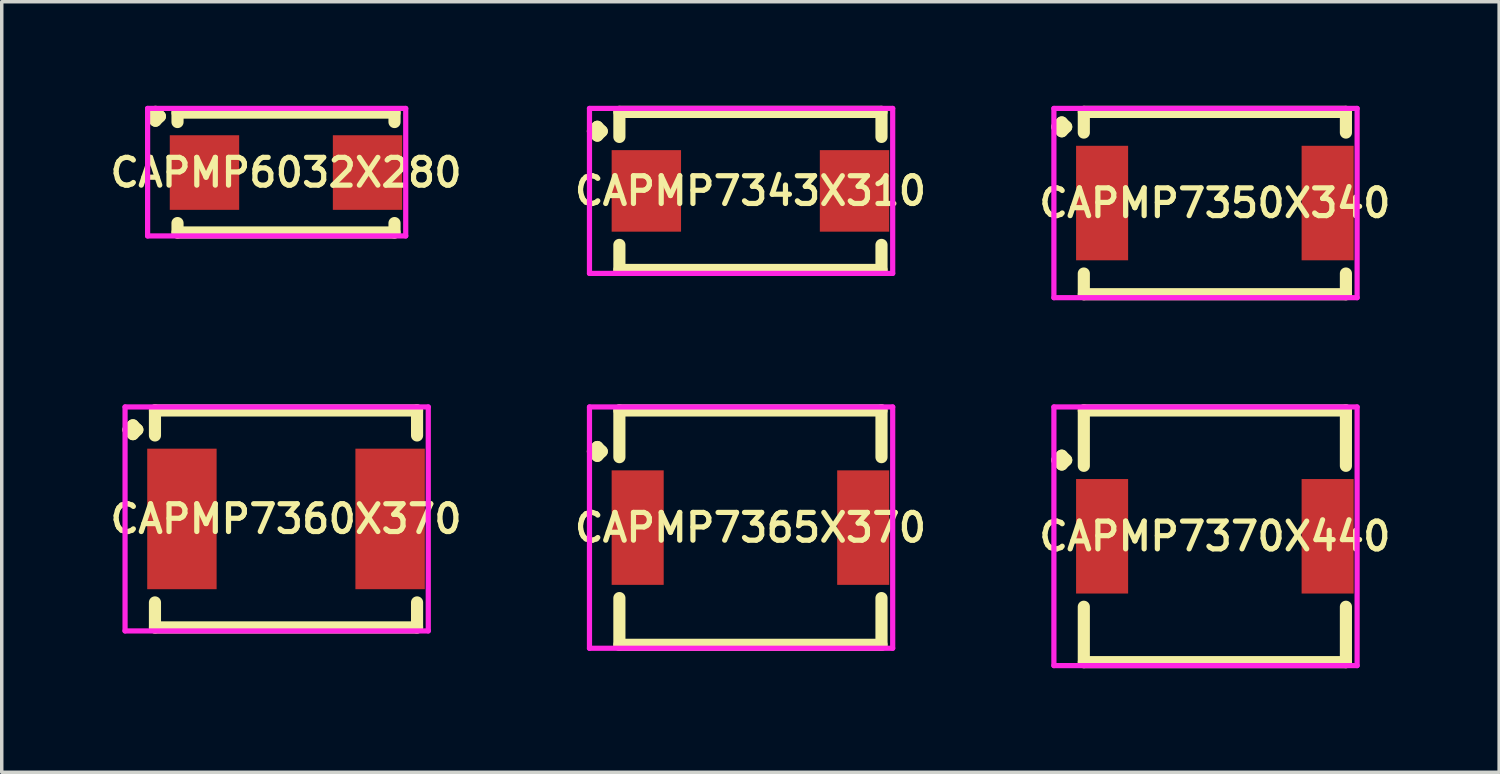
<source format=kicad_pcb>
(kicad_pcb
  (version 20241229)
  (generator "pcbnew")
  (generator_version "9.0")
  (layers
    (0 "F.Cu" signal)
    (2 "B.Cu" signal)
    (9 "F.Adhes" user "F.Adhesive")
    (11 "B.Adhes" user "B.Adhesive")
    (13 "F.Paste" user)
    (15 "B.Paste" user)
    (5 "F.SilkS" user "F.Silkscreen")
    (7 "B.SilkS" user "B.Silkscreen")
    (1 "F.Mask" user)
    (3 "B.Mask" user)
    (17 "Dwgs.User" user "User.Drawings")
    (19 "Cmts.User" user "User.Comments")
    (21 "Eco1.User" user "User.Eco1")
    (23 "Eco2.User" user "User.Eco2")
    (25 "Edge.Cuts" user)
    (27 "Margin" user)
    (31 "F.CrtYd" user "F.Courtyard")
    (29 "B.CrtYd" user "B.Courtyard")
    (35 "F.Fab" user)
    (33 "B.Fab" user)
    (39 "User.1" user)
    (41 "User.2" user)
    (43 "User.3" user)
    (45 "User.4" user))
  (footprint "CAPMP7365X370"
    (layer "F.Cu")
    (at 18.578 12.156)
    (property "Reference" "CAPMP7365X370" (at 0 0 0) (layer "F.SilkS") (effects (font (size 0.8 0.8) (thickness 0.15))))
    (attr through_hole)
    (fp_line (start -4.539 -2.196) (end -4.412 -2.323) (stroke (width 0.35) (type solid)) (layer "F.SilkS"))
    (fp_line (start -4.412 -2.323) (end -4.285 -2.196) (stroke (width 0.35) (type solid)) (layer "F.SilkS"))
    (fp_line (start -4.412 -2.069) (end -4.539 -2.196) (stroke (width 0.35) (type solid)) (layer "F.SilkS"))
    (fp_line (start -4.285 -2.196) (end -4.412 -2.069) (stroke (width 0.35) (type solid)) (layer "F.SilkS"))
    (fp_line (start -3.777 -3.377) (end 3.777 -3.377) (stroke (width 0.35) (type solid)) (layer "F.SilkS"))
    (fp_line (start -3.777 -2.031) (end -3.777 -3.377) (stroke (width 0.35) (type solid)) (layer "F.SilkS"))
    (fp_line (start -3.777 2.031) (end -3.777 3.377) (stroke (width 0.35) (type solid)) (layer "F.SilkS"))
    (fp_line (start -3.777 3.377) (end 3.777 3.377) (stroke (width 0.35) (type solid)) (layer "F.SilkS"))
    (fp_line (start 3.777 -3.377) (end 3.777 -2.031) (stroke (width 0.35) (type solid)) (layer "F.SilkS"))
    (fp_line (start 3.777 3.377) (end 3.777 2.031) (stroke (width 0.35) (type solid)) (layer "F.SilkS"))
    (fp_line (start -4.639 -3.477) (end 4.1 -3.477) (stroke (width 0.15) (type solid)) (layer "F.CrtYd"))
    (fp_line (start -4.639 3.477) (end -4.639 -3.477) (stroke (width 0.15) (type solid)) (layer "F.CrtYd"))
    (fp_line (start 4.1 -3.477) (end 4.1 3.477) (stroke (width 0.15) (type solid)) (layer "F.CrtYd"))
    (fp_line (start 4.1 3.477) (end -4.639 3.477) (stroke (width 0.15) (type solid)) (layer "F.CrtYd"))
    (pad "1" smd rect (at -3.25 0) (size 1.5 3.3) (layers "F.Cu" "F.Mask" "F.Paste"))
    (pad "2" smd rect (at 3.25 0) (size 1.5 3.3) (layers "F.Cu" "F.Mask" "F.Paste")))
  (footprint "CAPMP7370X440"
    (layer "F.Cu")
    (at 31.963 12.406)
    (property "Reference" "CAPMP7370X440" (at 0 0 0) (layer "F.SilkS") (effects (font (size 0.8 0.8) (thickness 0.15))))
    (attr smd)
    (fp_line (start -4.539 -2.196) (end -4.412 -2.323) (stroke (width 0.35) (type solid)) (layer "F.SilkS"))
    (fp_line (start -4.412 -2.323) (end -4.285 -2.196) (stroke (width 0.35) (type solid)) (layer "F.SilkS"))
    (fp_line (start -4.412 -2.069) (end -4.539 -2.196) (stroke (width 0.35) (type solid)) (layer "F.SilkS"))
    (fp_line (start -4.285 -2.196) (end -4.412 -2.069) (stroke (width 0.35) (type solid)) (layer "F.SilkS"))
    (fp_line (start -3.777 -3.627) (end 3.777 -3.627) (stroke (width 0.35) (type solid)) (layer "F.SilkS"))
    (fp_line (start -3.777 -2.031) (end -3.777 -3.627) (stroke (width 0.35) (type solid)) (layer "F.SilkS"))
    (fp_line (start -3.777 2.031) (end -3.777 3.627) (stroke (width 0.35) (type solid)) (layer "F.SilkS"))
    (fp_line (start -3.777 3.627) (end 3.777 3.627) (stroke (width 0.35) (type solid)) (layer "F.SilkS"))
    (fp_line (start 3.777 -3.627) (end 3.777 -2.031) (stroke (width 0.35) (type solid)) (layer "F.SilkS"))
    (fp_line (start 3.777 3.627) (end 3.777 2.031) (stroke (width 0.35) (type solid)) (layer "F.SilkS"))
    (fp_line (start -4.639 -3.727) (end 4.1 -3.727) (stroke (width 0.15) (type solid)) (layer "F.CrtYd"))
    (fp_line (start -4.639 3.727) (end -4.639 -3.727) (stroke (width 0.15) (type solid)) (layer "F.CrtYd"))
    (fp_line (start 4.1 -3.727) (end 4.1 3.727) (stroke (width 0.15) (type solid)) (layer "F.CrtYd"))
    (fp_line (start 4.1 3.727) (end -4.639 3.727) (stroke (width 0.15) (type solid)) (layer "F.CrtYd"))
    (pad "1" smd rect (at -3.25 0) (size 1.5 3.3) (layers "F.Cu" "F.Mask" "F.Paste"))
    (pad "2" smd rect (at 3.25 0) (size 1.5 3.3) (layers "F.Cu" "F.Mask" "F.Paste")))
  (footprint "CAPMP6032X280"
    (layer "F.Cu")
    (at 5.193 1.923)
    (property "Reference" "CAPMP6032X280" (at 0 0 0) (layer "F.SilkS") (effects (font (size 0.8 0.8) (thickness 0.15))))
    (attr through_hole)
    (fp_line (start -3.889 -1.621) (end -3.762 -1.748) (stroke (width 0.35) (type solid)) (layer "F.SilkS"))
    (fp_line (start -3.762 -1.748) (end -3.635 -1.621) (stroke (width 0.35) (type solid)) (layer "F.SilkS"))
    (fp_line (start -3.762 -1.494) (end -3.889 -1.621) (stroke (width 0.35) (type solid)) (layer "F.SilkS"))
    (fp_line (start -3.635 -1.621) (end -3.762 -1.494) (stroke (width 0.35) (type solid)) (layer "F.SilkS"))
    (fp_line (start -3.127 -1.727) (end 3.127 -1.727) (stroke (width 0.35) (type solid)) (layer "F.SilkS"))
    (fp_line (start -3.127 -1.456) (end -3.127 -1.727) (stroke (width 0.35) (type solid)) (layer "F.SilkS"))
    (fp_line (start -3.127 1.456) (end -3.127 1.727) (stroke (width 0.35) (type solid)) (layer "F.SilkS"))
    (fp_line (start -3.127 1.727) (end 3.127 1.727) (stroke (width 0.35) (type solid)) (layer "F.SilkS"))
    (fp_line (start 3.127 -1.727) (end 3.127 -1.456) (stroke (width 0.35) (type solid)) (layer "F.SilkS"))
    (fp_line (start 3.127 1.727) (end 3.127 1.456) (stroke (width 0.35) (type solid)) (layer "F.SilkS"))
    (fp_line (start -3.989 -1.848) (end 3.45 -1.848) (stroke (width 0.15) (type solid)) (layer "F.CrtYd"))
    (fp_line (start -3.989 1.827) (end -3.989 -1.848) (stroke (width 0.15) (type solid)) (layer "F.CrtYd"))
    (fp_line (start 3.45 -1.848) (end 3.45 1.827) (stroke (width 0.15) (type solid)) (layer "F.CrtYd"))
    (fp_line (start 3.45 1.827) (end -3.989 1.827) (stroke (width 0.15) (type solid)) (layer "F.CrtYd"))
    (pad "1" smd rect (at -2.35 0) (size 2 2.15) (layers "F.Cu" "F.Mask" "F.Paste"))
    (pad "2" smd rect (at 2.35 0) (size 2 2.15) (layers "F.Cu" "F.Mask" "F.Paste")))
  (footprint "CAPMP7360X370"
    (layer "F.Cu")
    (at 5.193 11.906)
    (property "Reference" "CAPMP7360X370" (at 0 0 0) (layer "F.SilkS") (effects (font (size 0.8 0.8) (thickness 0.15))))
    (attr smd)
    (fp_line (start -4.539 -2.571) (end -4.412 -2.698) (stroke (width 0.35) (type solid)) (layer "F.SilkS"))
    (fp_line (start -4.412 -2.698) (end -4.285 -2.571) (stroke (width 0.35) (type solid)) (layer "F.SilkS"))
    (fp_line (start -4.412 -2.444) (end -4.539 -2.571) (stroke (width 0.35) (type solid)) (layer "F.SilkS"))
    (fp_line (start -4.285 -2.571) (end -4.412 -2.444) (stroke (width 0.35) (type solid)) (layer "F.SilkS"))
    (fp_line (start -3.777 -3.127) (end 3.777 -3.127) (stroke (width 0.35) (type solid)) (layer "F.SilkS"))
    (fp_line (start -3.777 -2.406) (end -3.777 -3.127) (stroke (width 0.35) (type solid)) (layer "F.SilkS"))
    (fp_line (start -3.777 2.406) (end -3.777 3.127) (stroke (width 0.35) (type solid)) (layer "F.SilkS"))
    (fp_line (start -3.777 3.127) (end 3.777 3.127) (stroke (width 0.35) (type solid)) (layer "F.SilkS"))
    (fp_line (start 3.777 -3.127) (end 3.777 -2.406) (stroke (width 0.35) (type solid)) (layer "F.SilkS"))
    (fp_line (start 3.777 3.127) (end 3.777 2.406) (stroke (width 0.35) (type solid)) (layer "F.SilkS"))
    (fp_line (start -4.639 -3.227) (end 4.1 -3.227) (stroke (width 0.15) (type solid)) (layer "F.CrtYd"))
    (fp_line (start -4.639 3.227) (end -4.639 -3.227) (stroke (width 0.15) (type solid)) (layer "F.CrtYd"))
    (fp_line (start 4.1 -3.227) (end 4.1 3.227) (stroke (width 0.15) (type solid)) (layer "F.CrtYd"))
    (fp_line (start 4.1 3.227) (end -4.639 3.227) (stroke (width 0.15) (type solid)) (layer "F.CrtYd"))
    (pad "1" smd rect (at -3 0) (size 2 4.05) (layers "F.Cu" "F.Mask" "F.Paste"))
    (pad "2" smd rect (at 3 0) (size 2 4.05) (layers "F.Cu" "F.Mask" "F.Paste")))
  (footprint "CAPMP7350X340"
    (layer "F.Cu")
    (at 31.963 2.802)
    (property "Reference" "CAPMP7350X340" (at 0 0 0) (layer "F.SilkS") (effects (font (size 0.8 0.8) (thickness 0.15))))
    (attr smd)
    (fp_line (start -4.539 -2.196) (end -4.412 -2.323) (stroke (width 0.35) (type solid)) (layer "F.SilkS"))
    (fp_line (start -4.412 -2.323) (end -4.285 -2.196) (stroke (width 0.35) (type solid)) (layer "F.SilkS"))
    (fp_line (start -4.412 -2.069) (end -4.539 -2.196) (stroke (width 0.35) (type solid)) (layer "F.SilkS"))
    (fp_line (start -4.285 -2.196) (end -4.412 -2.069) (stroke (width 0.35) (type solid)) (layer "F.SilkS"))
    (fp_line (start -3.777 -2.627) (end 3.777 -2.627) (stroke (width 0.35) (type solid)) (layer "F.SilkS"))
    (fp_line (start -3.777 -2.031) (end -3.777 -2.627) (stroke (width 0.35) (type solid)) (layer "F.SilkS"))
    (fp_line (start -3.777 2.031) (end -3.777 2.627) (stroke (width 0.35) (type solid)) (layer "F.SilkS"))
    (fp_line (start -3.777 2.627) (end 3.777 2.627) (stroke (width 0.35) (type solid)) (layer "F.SilkS"))
    (fp_line (start 3.777 -2.627) (end 3.777 -2.031) (stroke (width 0.35) (type solid)) (layer "F.SilkS"))
    (fp_line (start 3.777 2.627) (end 3.777 2.031) (stroke (width 0.35) (type solid)) (layer "F.SilkS"))
    (fp_line (start -4.639 -2.727) (end 4.1 -2.727) (stroke (width 0.15) (type solid)) (layer "F.CrtYd"))
    (fp_line (start -4.639 2.727) (end -4.639 -2.727) (stroke (width 0.15) (type solid)) (layer "F.CrtYd"))
    (fp_line (start 4.1 -2.727) (end 4.1 2.727) (stroke (width 0.15) (type solid)) (layer "F.CrtYd"))
    (fp_line (start 4.1 2.727) (end -4.639 2.727) (stroke (width 0.15) (type solid)) (layer "F.CrtYd"))
    (pad "1" smd rect (at -3.25 0) (size 1.5 3.3) (layers "F.Cu" "F.Mask" "F.Paste"))
    (pad "2" smd rect (at 3.25 0) (size 1.5 3.3) (layers "F.Cu" "F.Mask" "F.Paste")))
  (footprint "CAPMP7343X310"
    (layer "F.Cu")
    (at 18.578 2.452)
    (property "Reference" "CAPMP7343X310" (at 0 0 0) (layer "F.SilkS") (effects (font (size 0.8 0.8) (thickness 0.15))))
    (attr through_hole)
    (fp_line (start -4.539 -1.721) (end -4.412 -1.848) (stroke (width 0.35) (type solid)) (layer "F.SilkS"))
    (fp_line (start -4.412 -1.848) (end -4.285 -1.721) (stroke (width 0.35) (type solid)) (layer "F.SilkS"))
    (fp_line (start -4.412 -1.594) (end -4.539 -1.721) (stroke (width 0.35) (type solid)) (layer "F.SilkS"))
    (fp_line (start -4.285 -1.721) (end -4.412 -1.594) (stroke (width 0.35) (type solid)) (layer "F.SilkS"))
    (fp_line (start -3.777 -2.277) (end 3.777 -2.277) (stroke (width 0.35) (type solid)) (layer "F.SilkS"))
    (fp_line (start -3.777 -1.556) (end -3.777 -2.277) (stroke (width 0.35) (type solid)) (layer "F.SilkS"))
    (fp_line (start -3.777 1.556) (end -3.777 2.277) (stroke (width 0.35) (type solid)) (layer "F.SilkS"))
    (fp_line (start -3.777 2.277) (end 3.777 2.277) (stroke (width 0.35) (type solid)) (layer "F.SilkS"))
    (fp_line (start 3.777 -2.277) (end 3.777 -1.556) (stroke (width 0.35) (type solid)) (layer "F.SilkS"))
    (fp_line (start 3.777 2.277) (end 3.777 1.556) (stroke (width 0.35) (type solid)) (layer "F.SilkS"))
    (fp_line (start -4.639 -2.377) (end 4.1 -2.377) (stroke (width 0.15) (type solid)) (layer "F.CrtYd"))
    (fp_line (start -4.639 2.377) (end -4.639 -2.377) (stroke (width 0.15) (type solid)) (layer "F.CrtYd"))
    (fp_line (start 4.1 -2.377) (end 4.1 2.377) (stroke (width 0.15) (type solid)) (layer "F.CrtYd"))
    (fp_line (start 4.1 2.377) (end -4.639 2.377) (stroke (width 0.15) (type solid)) (layer "F.CrtYd"))
    (pad "1" smd rect (at -3 0) (size 2 2.35) (layers "F.Cu" "F.Mask" "F.Paste"))
    (pad "2" smd rect (at 3 0) (size 2 2.35) (layers "F.Cu" "F.Mask" "F.Paste")))
  (gr_rect
    (start -3 -3)
    (end 40.156 19.208)
    (stroke (width 0.1) (type default))
    (fill no)
    (layer "Edge.Cuts")))
</source>
